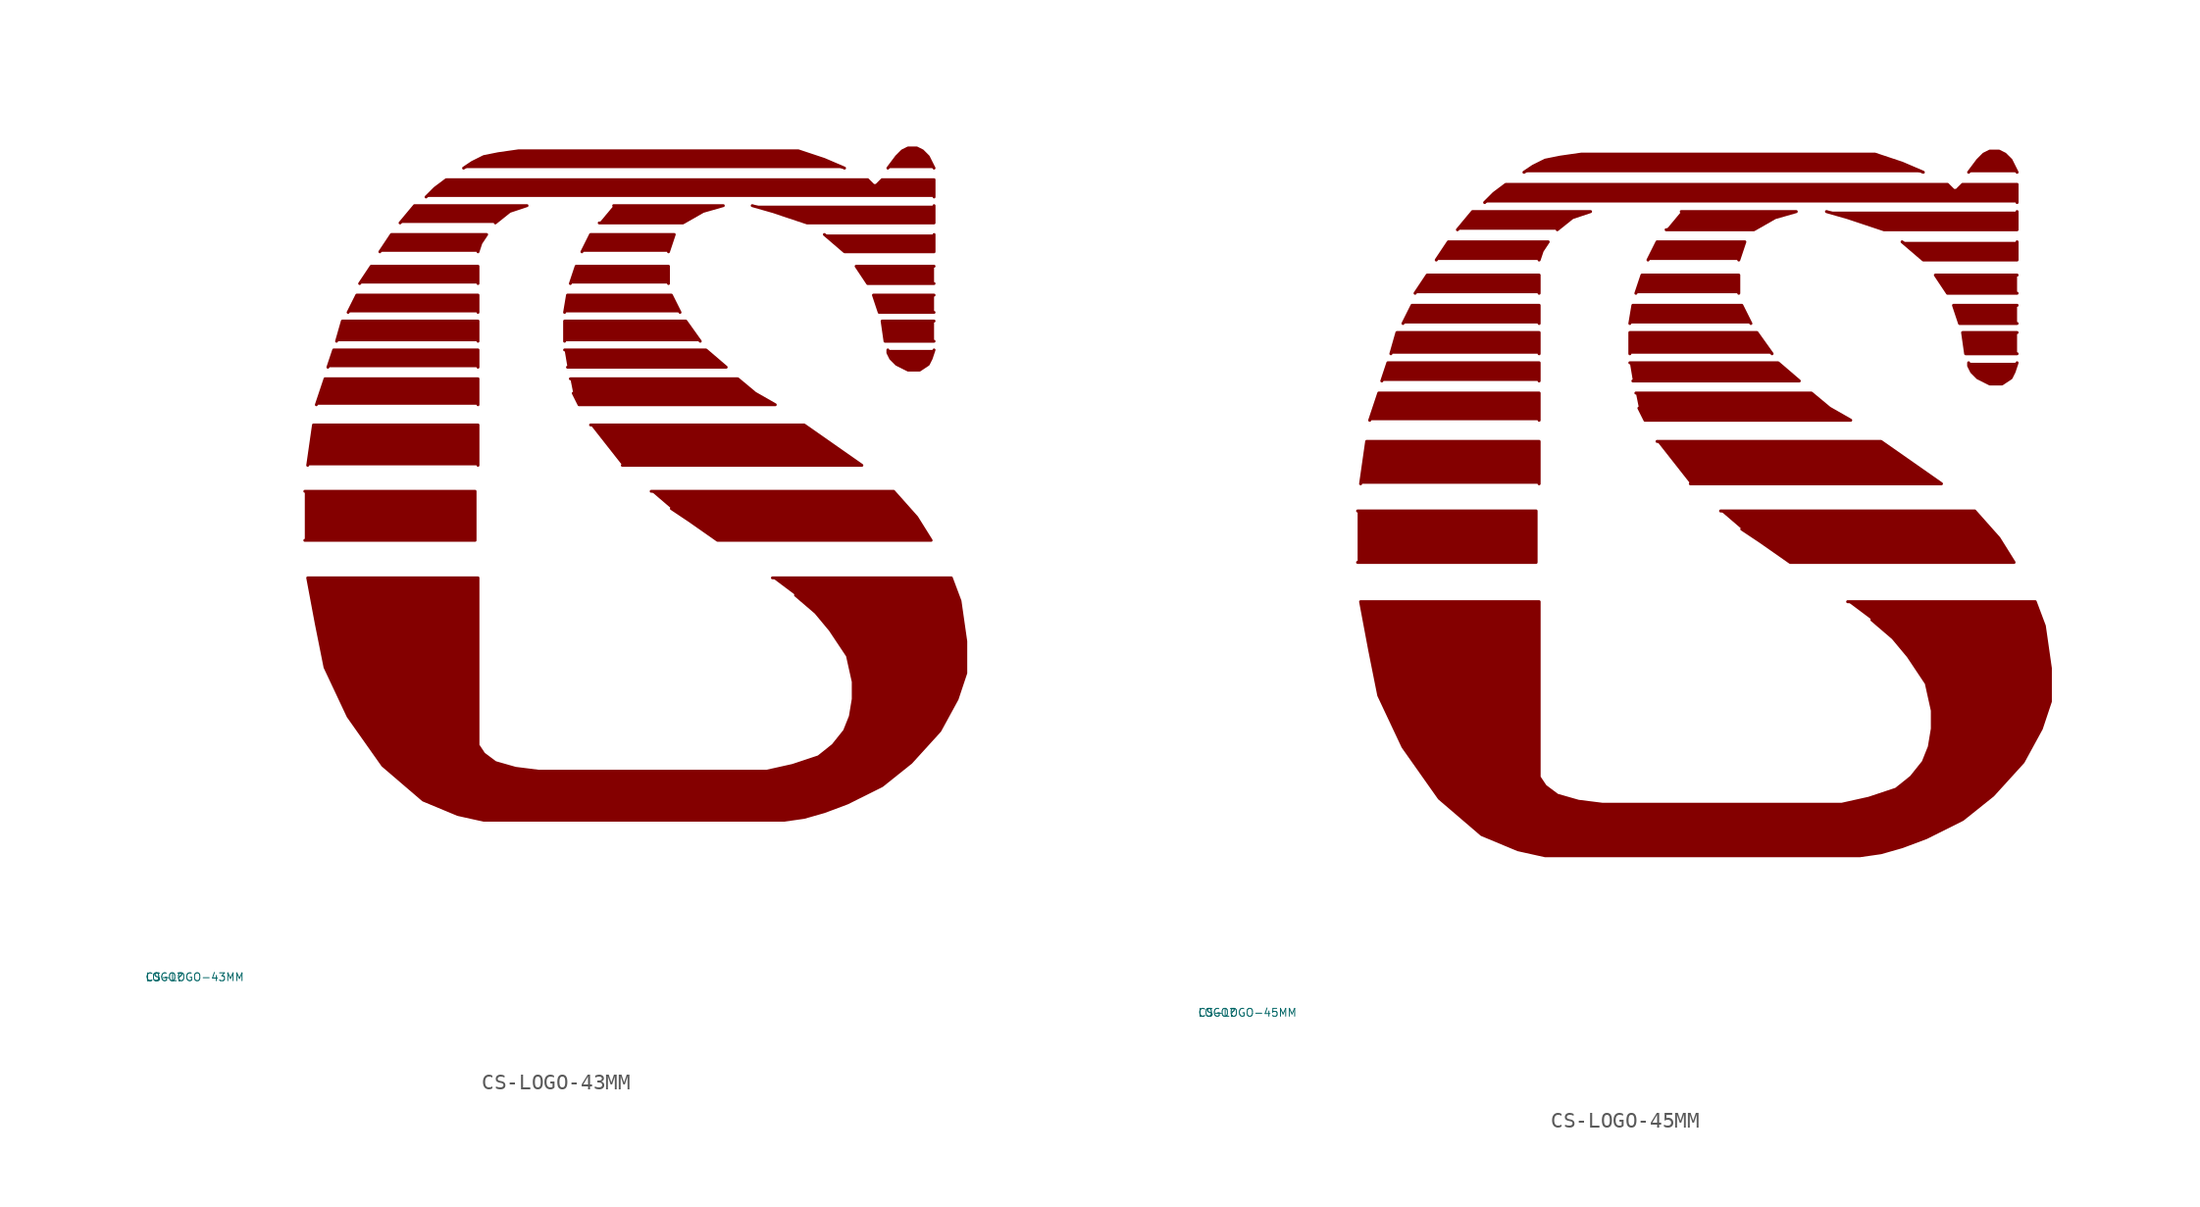
<source format=kicad_sym>
(kicad_symbol_lib
  (version 20220914)
  (generator Eagle2Kicad)
  (symbol "CS-LOGO-43MM"
    (property "Reference" "LOGO"
      (at -10 -10 0)
      (effects (font (size 0.5 0.5) (thickness 0.06)) (justify left)))
    (property "Value" "CS-LOGO-43MM"
      (at -10 -10 0)
      (effects (font (size 0.5 0.5) (thickness 0.06)) (justify left)))
    (polyline
      (pts (xy 0.184 20.973) (xy 11.038 20.973) (xy 11.038 17.846) (xy 0.184 17.846))
      (stroke (width 0.184) (type default))
      (fill (type outline)))
    (polyline
      (pts (xy 0.368 22.629) (xy 0.736 25.204) (xy 11.223 25.204) (xy 11.223 22.629))
      (stroke (width 0.184) (type default))
      (fill (type outline)))
    (polyline
      (pts (xy 0.92 26.492) (xy 1.472 28.148) (xy 11.223 28.148) (xy 11.223 26.492))
      (stroke (width 0.184) (type default))
      (fill (type outline)))
    (polyline
      (pts (xy 1.656 28.884) (xy 2.024 29.988) (xy 11.223 29.988) (xy 11.223 28.884))
      (stroke (width 0.184) (type default))
      (fill (type outline)))
    (polyline
      (pts (xy 2.208 30.54) (xy 2.576 31.828) (xy 11.223 31.828) (xy 11.223 30.54))
      (stroke (width 0.184) (type default))
      (fill (type outline)))
    (polyline
      (pts (xy 2.944 32.38) (xy 3.496 33.483) (xy 11.223 33.483) (xy 11.223 32.38))
      (stroke (width 0.184) (type default))
      (fill (type outline)))
    (polyline
      (pts (xy 3.679 34.219) (xy 4.415 35.323) (xy 11.223 35.323) (xy 11.223 34.219))
      (stroke (width 0.184) (type default))
      (fill (type outline)))
    (polyline
      (pts (xy 4.967 36.243) (xy 5.703 37.347) (xy 11.774 37.347) (xy 11.406 36.795) (xy 11.223 36.243))
      (stroke (width 0.184) (type default))
      (fill (type outline)))
    (polyline
      (pts (xy 6.255 38.083) (xy 7.175 39.187) (xy 14.35 39.187) (xy 13.246 38.819) (xy 12.326 38.083))
      (stroke (width 0.184) (type default))
      (fill (type outline)))
    (polyline
      (pts (xy 7.911 39.739) (xy 8.463 40.291) (xy 9.199 40.842) (xy 36.059 40.842) (xy 36.243 40.658) (xy 36.427 40.474) (xy 36.611 40.474) (xy 36.979 40.842) (xy 40.291 40.842) (xy 40.291 39.739))
      (stroke (width 0.184) (type default))
      (fill (type outline)))
    (polyline
      (pts (xy 10.303 41.578) (xy 10.854 41.946) (xy 11.59 42.314) (xy 12.51 42.498) (xy 13.798 42.682) (xy 31.644 42.682) (xy 33.299 42.13) (xy 34.587 41.578))
      (stroke (width 0.184) (type default))
      (fill (type outline)))
    (polyline
      (pts (xy 37.347 41.578) (xy 37.899 42.314) (xy 38.267 42.682) (xy 38.635 42.866) (xy 39.187 42.866) (xy 39.555 42.682) (xy 39.922 42.314) (xy 40.106 41.946) (xy 40.291 41.578))
      (stroke (width 0.184) (type default))
      (fill (type outline)))
    (polyline
      (pts (xy 40.291 39.187) (xy 40.291 38.083) (xy 32.196 38.083) (xy 31.092 38.451) (xy 29.988 38.819) (xy 28.7 39.187))
      (stroke (width 0.184) (type default))
      (fill (type outline)))
    (polyline
      (pts (xy 40.291 37.347) (xy 40.291 36.243) (xy 34.587 36.243) (xy 33.299 37.347))
      (stroke (width 0.184) (type default))
      (fill (type outline)))
    (polyline
      (pts (xy 40.291 34.219) (xy 36.059 34.219) (xy 35.323 35.323) (xy 40.291 35.323))
      (stroke (width 0.184) (type default))
      (fill (type outline)))
    (polyline
      (pts (xy 40.291 32.38) (xy 36.795 32.38) (xy 36.427 33.483) (xy 40.291 33.483))
      (stroke (width 0.184) (type default))
      (fill (type outline)))
    (polyline
      (pts (xy 40.291 30.54) (xy 37.163 30.54) (xy 36.979 31.828) (xy 40.291 31.828))
      (stroke (width 0.184) (type default))
      (fill (type outline)))
    (polyline
      (pts (xy 40.291 29.988) (xy 40.106 29.436) (xy 39.922 29.068) (xy 39.371 28.7) (xy 38.635 28.7) (xy 37.899 29.068) (xy 37.531 29.436) (xy 37.347 29.804) (xy 37.347 29.988))
      (stroke (width 0.184) (type default))
      (fill (type outline)))
    (polyline
      (pts (xy 19.869 39.187) (xy 26.86 39.187) (xy 25.572 38.819) (xy 24.285 38.083) (xy 18.949 38.083))
      (stroke (width 0.184) (type default))
      (fill (type outline)))
    (polyline
      (pts (xy 17.846 36.243) (xy 18.398 37.347) (xy 23.733 37.347) (xy 23.365 36.243))
      (stroke (width 0.184) (type default))
      (fill (type outline)))
    (polyline
      (pts (xy 17.11 34.219) (xy 17.478 35.323) (xy 23.365 35.323) (xy 23.365 34.219))
      (stroke (width 0.184) (type default))
      (fill (type outline)))
    (polyline
      (pts (xy 16.742 32.38) (xy 16.926 33.483) (xy 23.549 33.483) (xy 24.101 32.38))
      (stroke (width 0.184) (type default))
      (fill (type outline)))
    (polyline
      (pts (xy 16.742 30.54) (xy 16.742 31.828) (xy 24.469 31.828) (xy 25.389 30.54))
      (stroke (width 0.184) (type default))
      (fill (type outline)))
    (polyline
      (pts (xy 16.742 29.988) (xy 25.756 29.988) (xy 27.044 28.884) (xy 16.926 28.884))
      (stroke (width 0.184) (type default))
      (fill (type outline)))
    (polyline
      (pts (xy 17.11 28.148) (xy 27.78 28.148) (xy 28.884 27.228) (xy 30.172 26.492) (xy 17.662 26.492) (xy 17.294 27.228))
      (stroke (width 0.184) (type default))
      (fill (type outline)))
    (polyline
      (pts (xy 18.398 25.204) (xy 32.012 25.204) (xy 35.691 22.629) (xy 20.421 22.629))
      (stroke (width 0.184) (type default))
      (fill (type outline)))
    (polyline
      (pts (xy 22.261 20.973) (xy 37.715 20.973) (xy 39.187 19.317) (xy 40.106 17.846) (xy 26.492 17.846) (xy 24.653 19.133) (xy 23.549 19.869))
      (stroke (width 0.184) (type default))
      (fill (type outline)))
    (polyline
      (pts (xy 29.988 15.454) (xy 41.394 15.454) (xy 41.946 13.982) (xy 42.314 11.406) (xy 42.314 9.383) (xy 41.762 7.727) (xy 40.658 5.703) (xy 38.819 3.679) (xy 36.979 2.208) (xy 34.771 1.104) (xy 33.299 0.552) (xy 32.012 0.184) (xy 30.724 0) (xy 11.59 0) (xy 9.935 0.368) (xy 7.727 1.288) (xy 5.151 3.496) (xy 2.944 6.623) (xy 1.472 9.751) (xy 0.92 12.51) (xy 0.368 15.454) (xy 11.223 15.454) (xy 11.223 4.783) (xy 11.59 4.231) (xy 12.326 3.679) (xy 13.614 3.312) (xy 15.086 3.127) (xy 29.62 3.127) (xy 31.276 3.496) (xy 32.931 4.047) (xy 33.851 4.783) (xy 34.587 5.703) (xy 34.955 6.623) (xy 35.139 7.727) (xy 35.139 8.831) (xy 34.771 10.487) (xy 33.667 12.142) (xy 32.748 13.246) (xy 31.46 14.35))
      (stroke (width 0.184) (type default))
      (fill (type outline))))
  (symbol "CS-LOGO-45MM"
    (property "Reference" "LOGO"
      (at -10 -10 0)
      (effects (font (size 0.5 0.5) (thickness 0.06)) (justify left)))
    (property "Value" "CS-LOGO-45MM"
      (at -10 -10 0)
      (effects (font (size 0.5 0.5) (thickness 0.06)) (justify left)))
    (polyline
      (pts (xy 0.193 21.972) (xy 11.564 21.972) (xy 11.564 18.695) (xy 0.193 18.695))
      (stroke (width 0.193) (type default))
      (fill (type outline)))
    (polyline
      (pts (xy 0.385 23.706) (xy 0.771 26.405) (xy 11.757 26.405) (xy 11.757 23.706))
      (stroke (width 0.193) (type default))
      (fill (type outline)))
    (polyline
      (pts (xy 0.964 27.754) (xy 1.542 29.488) (xy 11.757 29.488) (xy 11.757 27.754))
      (stroke (width 0.193) (type default))
      (fill (type outline)))
    (polyline
      (pts (xy 1.735 30.259) (xy 2.12 31.416) (xy 11.757 31.416) (xy 11.757 30.259))
      (stroke (width 0.193) (type default))
      (fill (type outline)))
    (polyline
      (pts (xy 2.313 31.994) (xy 2.698 33.343) (xy 11.757 33.343) (xy 11.757 31.994))
      (stroke (width 0.193) (type default))
      (fill (type outline)))
    (polyline
      (pts (xy 3.084 33.922) (xy 3.662 35.078) (xy 11.757 35.078) (xy 11.757 33.922))
      (stroke (width 0.193) (type default))
      (fill (type outline)))
    (polyline
      (pts (xy 3.855 35.849) (xy 4.626 37.005) (xy 11.757 37.005) (xy 11.757 35.849))
      (stroke (width 0.193) (type default))
      (fill (type outline)))
    (polyline
      (pts (xy 5.204 37.969) (xy 5.975 39.125) (xy 12.335 39.125) (xy 11.95 38.547) (xy 11.757 37.969))
      (stroke (width 0.193) (type default))
      (fill (type outline)))
    (polyline
      (pts (xy 6.553 39.896) (xy 7.517 41.053) (xy 15.033 41.053) (xy 13.877 40.667) (xy 12.913 39.896))
      (stroke (width 0.193) (type default))
      (fill (type outline)))
    (polyline
      (pts (xy 8.288 41.631) (xy 8.866 42.209) (xy 9.637 42.787) (xy 37.776 42.787) (xy 37.969 42.594) (xy 38.162 42.402) (xy 38.354 42.402) (xy 38.74 42.787) (xy 42.209 42.787) (xy 42.209 41.631))
      (stroke (width 0.193) (type default))
      (fill (type outline)))
    (polyline
      (pts (xy 10.793 43.558) (xy 11.371 43.944) (xy 12.142 44.329) (xy 13.106 44.522) (xy 14.455 44.715) (xy 33.151 44.715) (xy 34.885 44.136) (xy 36.234 43.558))
      (stroke (width 0.193) (type default))
      (fill (type outline)))
    (polyline
      (pts (xy 39.125 43.558) (xy 39.703 44.329) (xy 40.089 44.715) (xy 40.474 44.907) (xy 41.053 44.907) (xy 41.438 44.715) (xy 41.824 44.329) (xy 42.016 43.944) (xy 42.209 43.558))
      (stroke (width 0.193) (type default))
      (fill (type outline)))
    (polyline
      (pts (xy 42.209 41.053) (xy 42.209 39.896) (xy 33.729 39.896) (xy 32.572 40.282) (xy 31.416 40.667) (xy 30.067 41.053))
      (stroke (width 0.193) (type default))
      (fill (type outline)))
    (polyline
      (pts (xy 42.209 39.125) (xy 42.209 37.969) (xy 36.234 37.969) (xy 34.885 39.125))
      (stroke (width 0.193) (type default))
      (fill (type outline)))
    (polyline
      (pts (xy 42.209 35.849) (xy 37.776 35.849) (xy 37.005 37.005) (xy 42.209 37.005))
      (stroke (width 0.193) (type default))
      (fill (type outline)))
    (polyline
      (pts (xy 42.209 33.922) (xy 38.547 33.922) (xy 38.162 35.078) (xy 42.209 35.078))
      (stroke (width 0.193) (type default))
      (fill (type outline)))
    (polyline
      (pts (xy 42.209 31.994) (xy 38.932 31.994) (xy 38.74 33.343) (xy 42.209 33.343))
      (stroke (width 0.193) (type default))
      (fill (type outline)))
    (polyline
      (pts (xy 42.209 31.416) (xy 42.016 30.838) (xy 41.824 30.452) (xy 41.245 30.067) (xy 40.474 30.067) (xy 39.703 30.452) (xy 39.318 30.838) (xy 39.125 31.223) (xy 39.125 31.416))
      (stroke (width 0.193) (type default))
      (fill (type outline)))
    (polyline
      (pts (xy 20.815 41.053) (xy 28.139 41.053) (xy 26.79 40.667) (xy 25.441 39.896) (xy 19.852 39.896))
      (stroke (width 0.193) (type default))
      (fill (type outline)))
    (polyline
      (pts (xy 18.695 37.969) (xy 19.273 39.125) (xy 24.863 39.125) (xy 24.477 37.969))
      (stroke (width 0.193) (type default))
      (fill (type outline)))
    (polyline
      (pts (xy 17.924 35.849) (xy 18.31 37.005) (xy 24.477 37.005) (xy 24.477 35.849))
      (stroke (width 0.193) (type default))
      (fill (type outline)))
    (polyline
      (pts (xy 17.539 33.922) (xy 17.732 35.078) (xy 24.67 35.078) (xy 25.248 33.922))
      (stroke (width 0.193) (type default))
      (fill (type outline)))
    (polyline
      (pts (xy 17.539 31.994) (xy 17.539 33.343) (xy 25.634 33.343) (xy 26.598 31.994))
      (stroke (width 0.193) (type default))
      (fill (type outline)))
    (polyline
      (pts (xy 17.539 31.416) (xy 26.983 31.416) (xy 28.332 30.259) (xy 17.732 30.259))
      (stroke (width 0.193) (type default))
      (fill (type outline)))
    (polyline
      (pts (xy 17.924 29.488) (xy 29.103 29.488) (xy 30.259 28.525) (xy 31.609 27.754) (xy 18.503 27.754) (xy 18.117 28.525))
      (stroke (width 0.193) (type default))
      (fill (type outline)))
    (polyline
      (pts (xy 19.273 26.405) (xy 33.536 26.405) (xy 37.391 23.706) (xy 21.394 23.706))
      (stroke (width 0.193) (type default))
      (fill (type outline)))
    (polyline
      (pts (xy 23.321 21.972) (xy 39.511 21.972) (xy 41.053 20.237) (xy 42.016 18.695) (xy 27.754 18.695) (xy 25.827 20.044) (xy 24.67 20.815))
      (stroke (width 0.193) (type default))
      (fill (type outline)))
    (polyline
      (pts (xy 31.416 16.19) (xy 43.365 16.19) (xy 43.944 14.648) (xy 44.329 11.95) (xy 44.329 9.829) (xy 43.751 8.095) (xy 42.594 5.975) (xy 40.667 3.855) (xy 38.74 2.313) (xy 36.427 1.156) (xy 34.885 0.578) (xy 33.536 0.193) (xy 32.187 0) (xy 12.142 0) (xy 10.408 0.385) (xy 8.095 1.349) (xy 5.397 3.662) (xy 3.084 6.939) (xy 1.542 10.215) (xy 0.964 13.106) (xy 0.385 16.19) (xy 11.757 16.19) (xy 11.757 5.011) (xy 12.142 4.433) (xy 12.913 3.855) (xy 14.262 3.469) (xy 15.804 3.276) (xy 31.03 3.276) (xy 32.765 3.662) (xy 34.5 4.24) (xy 35.463 5.011) (xy 36.234 5.975) (xy 36.62 6.939) (xy 36.812 8.095) (xy 36.812 9.251) (xy 36.427 10.986) (xy 35.271 12.72) (xy 34.307 13.877) (xy 32.958 15.033))
      (stroke (width 0.193) (type default))
      (fill (type outline)))))
</source>
